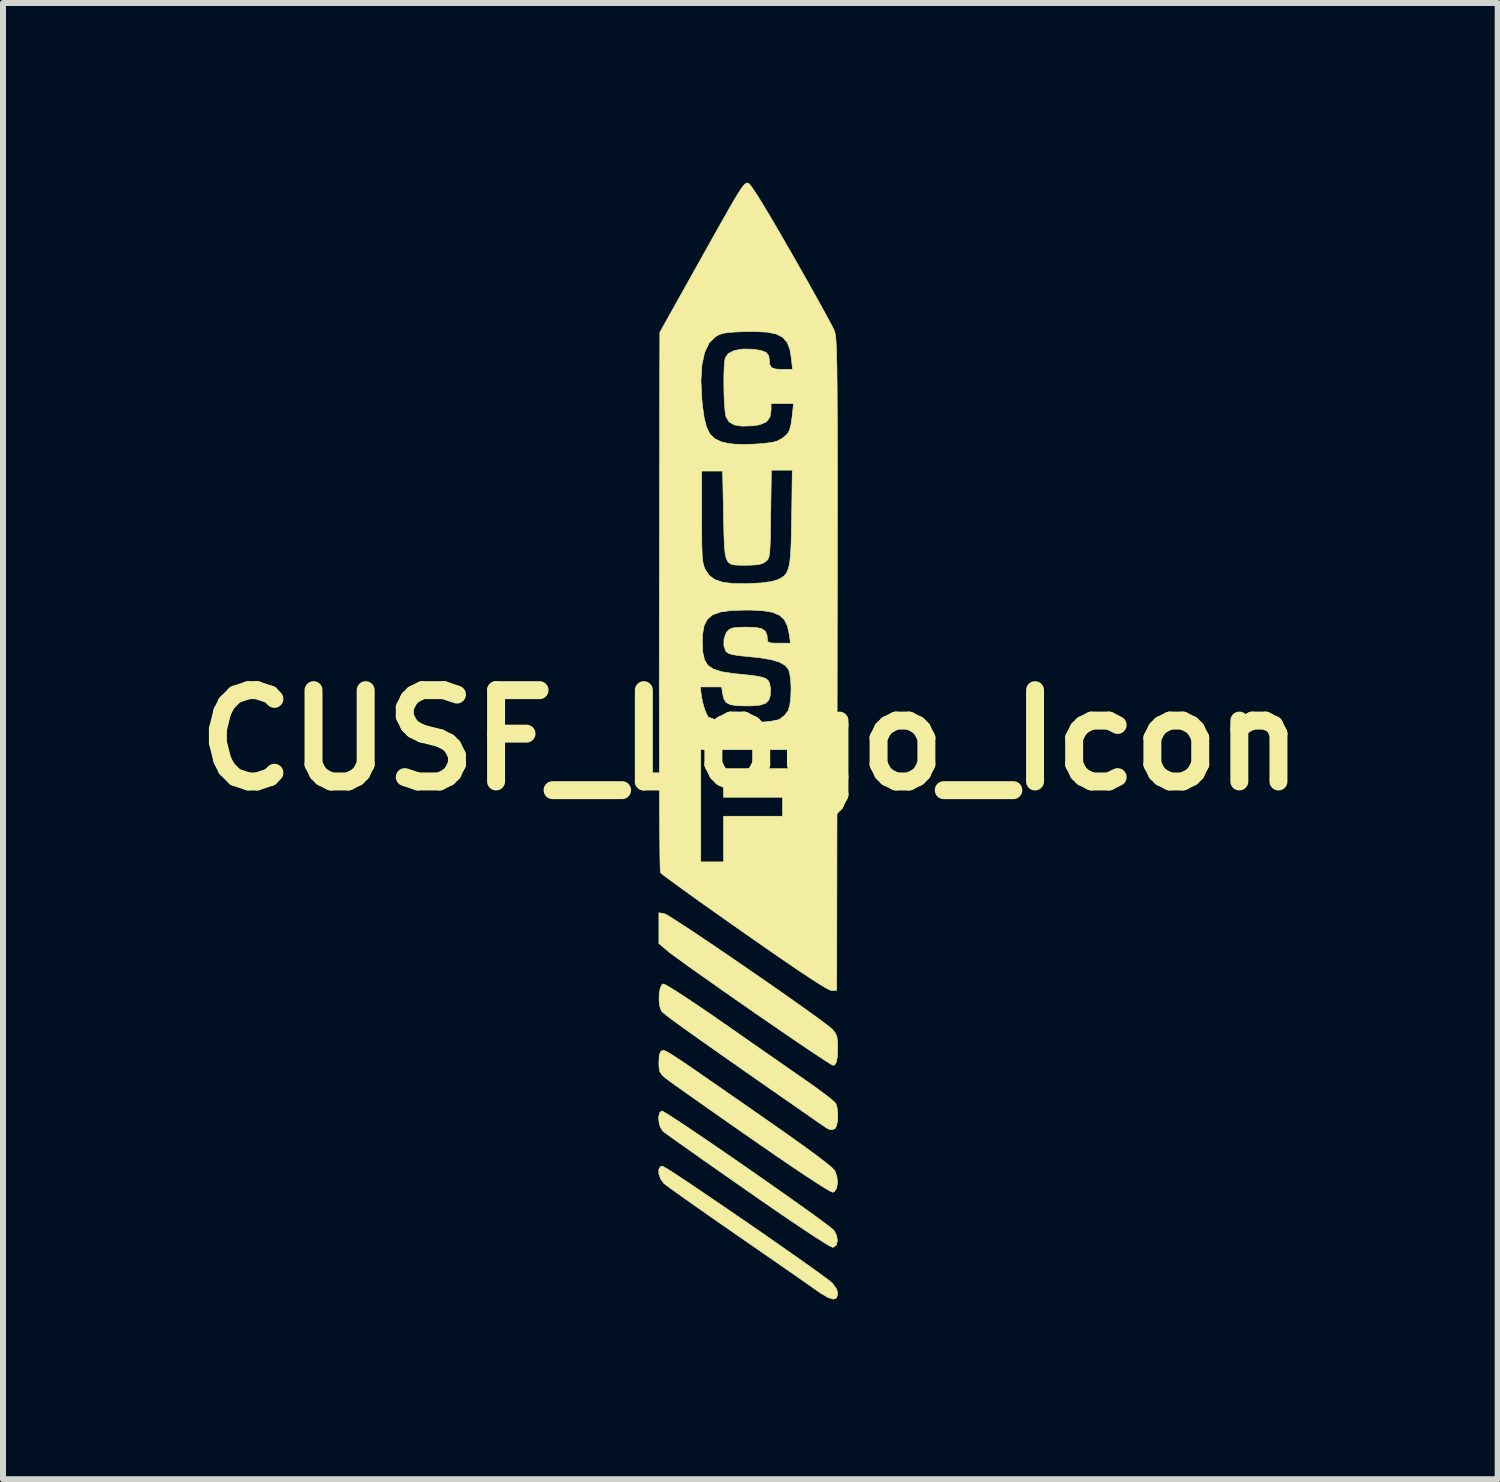
<source format=kicad_pcb>
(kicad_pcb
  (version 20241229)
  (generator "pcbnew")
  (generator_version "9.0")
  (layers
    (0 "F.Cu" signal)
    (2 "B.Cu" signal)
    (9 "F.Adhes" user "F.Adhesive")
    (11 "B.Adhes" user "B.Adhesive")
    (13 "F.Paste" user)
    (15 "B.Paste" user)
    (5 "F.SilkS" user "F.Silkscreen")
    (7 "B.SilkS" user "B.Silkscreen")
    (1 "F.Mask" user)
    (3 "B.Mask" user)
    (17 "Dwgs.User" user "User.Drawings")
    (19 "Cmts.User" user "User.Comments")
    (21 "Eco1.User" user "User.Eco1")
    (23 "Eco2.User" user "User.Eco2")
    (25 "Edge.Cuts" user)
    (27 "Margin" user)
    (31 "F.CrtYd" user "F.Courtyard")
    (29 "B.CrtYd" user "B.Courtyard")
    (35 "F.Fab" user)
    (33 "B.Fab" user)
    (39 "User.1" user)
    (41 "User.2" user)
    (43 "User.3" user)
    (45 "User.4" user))
  (footprint "CUSF_Logo_Icon"
    (layer "F.Cu")
    (at 9.478 9.308)
    (property "Reference" "CUSF_Logo_Icon" (at 0 0 0) (layer "F.SilkS") (effects (font (size 1.524 1.524) (thickness 0.3))))
    (attr through_hole)
    (fp_poly (pts (xy -1.44 6.209) (xy -1.358 6.259) (xy -1.235 6.339) (xy -1.079 6.442) (xy -0.894 6.567) (xy -0.687 6.707) (xy -0.464 6.86) (xy -0.23 7.021) (xy 0.009 7.187) (xy 0.246 7.352) (xy 0.476 7.514) (xy 0.694 7.667) (xy 0.892 7.808) (xy 1.066 7.933) (xy 1.209 8.038) (xy 1.316 8.118) (xy 1.38 8.17) (xy 1.396 8.185) (xy 1.441 8.271) (xy 1.453 8.36) (xy 1.434 8.431) (xy 1.384 8.467) (xy 1.378 8.468) (xy 1.338 8.452) (xy 1.249 8.4) (xy 1.114 8.315) (xy 0.937 8.199) (xy 0.72 8.054) (xy 0.467 7.882) (xy 0.18 7.684) (xy -0.04 7.531) (xy -0.303 7.347) (xy -0.552 7.173) (xy -0.781 7.013) (xy -0.985 6.868) (xy -1.16 6.745) (xy -1.3 6.645) (xy -1.399 6.573) (xy -1.454 6.533) (xy -1.461 6.527) (xy -1.502 6.464) (xy -1.525 6.38) (xy -1.531 6.292) (xy -1.516 6.223) (xy -1.481 6.192) (xy -1.477 6.191) (xy -1.44 6.209)) (stroke (width 0.01) (type solid)) (fill yes) (layer "F.SilkS"))
    (fp_poly (pts (xy -1.44 2.896) (xy -1.398 2.916) (xy -1.31 2.969) (xy -1.182 3.051) (xy -1.021 3.156) (xy -0.832 3.282) (xy -0.622 3.423) (xy -0.397 3.576) (xy -0.162 3.737) (xy 0.076 3.901) (xy 0.312 4.064) (xy 0.538 4.222) (xy 0.75 4.371) (xy 0.94 4.506) (xy 1.104 4.624) (xy 1.234 4.72) (xy 1.326 4.791) (xy 1.37 4.83) (xy 1.419 4.89) (xy 1.446 4.953) (xy 1.456 5.042) (xy 1.458 5.126) (xy 1.453 5.276) (xy 1.438 5.371) (xy 1.411 5.419) (xy 1.38 5.429) (xy 1.347 5.412) (xy 1.267 5.361) (xy 1.145 5.281) (xy 0.987 5.176) (xy 0.797 5.048) (xy 0.581 4.901) (xy 0.344 4.738) (xy 0.091 4.564) (xy 0.058 4.541) (xy -0.202 4.36) (xy -0.45 4.187) (xy -0.681 4.024) (xy -0.89 3.877) (xy -1.069 3.75) (xy -1.213 3.645) (xy -1.317 3.569) (xy -1.375 3.524) (xy -1.376 3.523) (xy -1.527 3.394) (xy -1.527 2.882) (xy -1.44 2.896)) (stroke (width 0.01) (type solid)) (fill yes) (layer "F.SilkS"))
    (fp_poly (pts (xy -1.434 7.13) (xy -1.352 7.18) (xy -1.231 7.258) (xy -1.075 7.361) (xy -0.892 7.484) (xy -0.686 7.624) (xy -0.463 7.775) (xy -0.23 7.935) (xy 0.008 8.098) (xy 0.244 8.261) (xy 0.473 8.421) (xy 0.689 8.572) (xy 0.885 8.71) (xy 1.057 8.832) (xy 1.198 8.934) (xy 1.302 9.011) (xy 1.363 9.06) (xy 1.369 9.066) (xy 1.442 9.167) (xy 1.458 9.242) (xy 1.44 9.312) (xy 1.387 9.334) (xy 1.297 9.306) (xy 1.168 9.23) (xy 1.123 9.198) (xy 1.056 9.15) (xy 0.944 9.072) (xy 0.793 8.966) (xy 0.608 8.838) (xy 0.398 8.692) (xy 0.168 8.533) (xy -0.075 8.365) (xy -0.209 8.272) (xy -0.452 8.104) (xy -0.682 7.944) (xy -0.891 7.797) (xy -1.076 7.667) (xy -1.229 7.558) (xy -1.345 7.475) (xy -1.418 7.42) (xy -1.44 7.403) (xy -1.496 7.329) (xy -1.527 7.245) (xy -1.529 7.17) (xy -1.501 7.121) (xy -1.469 7.112) (xy -1.434 7.13)) (stroke (width 0.01) (type solid)) (fill yes) (layer "F.SilkS"))
    (fp_poly (pts (xy -1.433 5.184) (xy -1.405 5.196) (xy -1.363 5.219) (xy -1.304 5.255) (xy -1.223 5.308) (xy -1.116 5.379) (xy -0.979 5.472) (xy -0.809 5.59) (xy -0.6 5.734) (xy -0.35 5.908) (xy -0.053 6.114) (xy 0.099 6.22) (xy 0.432 6.452) (xy 0.714 6.651) (xy 0.945 6.817) (xy 1.129 6.952) (xy 1.265 7.057) (xy 1.357 7.133) (xy 1.405 7.182) (xy 1.412 7.191) (xy 1.446 7.29) (xy 1.455 7.393) (xy 1.44 7.482) (xy 1.404 7.538) (xy 1.378 7.548) (xy 1.337 7.532) (xy 1.247 7.48) (xy 1.111 7.394) (xy 0.931 7.277) (xy 0.71 7.129) (xy 0.451 6.953) (xy 0.157 6.75) (xy 0.013 6.65) (xy -0.247 6.469) (xy -0.495 6.296) (xy -0.724 6.135) (xy -0.93 5.99) (xy -1.106 5.866) (xy -1.248 5.765) (xy -1.349 5.692) (xy -1.405 5.651) (xy -1.408 5.649) (xy -1.477 5.588) (xy -1.513 5.533) (xy -1.525 5.459) (xy -1.527 5.379) (xy -1.521 5.266) (xy -1.501 5.205) (xy -1.479 5.186) (xy -1.466 5.182) (xy -1.452 5.18) (xy -1.433 5.184)) (stroke (width 0.01) (type solid)) (fill yes) (layer "F.SilkS"))
    (fp_poly (pts (xy -1.417 4.085) (xy -1.332 4.134) (xy -1.207 4.212) (xy -1.048 4.316) (xy -0.86 4.442) (xy -0.648 4.586) (xy -0.52 4.675) (xy -0.28 4.842) (xy -0.031 5.016) (xy 0.217 5.189) (xy 0.452 5.352) (xy 0.661 5.498) (xy 0.834 5.618) (xy 0.878 5.648) (xy 1.039 5.761) (xy 1.183 5.866) (xy 1.301 5.955) (xy 1.384 6.023) (xy 1.424 6.062) (xy 1.426 6.064) (xy 1.449 6.141) (xy 1.459 6.243) (xy 1.456 6.348) (xy 1.44 6.436) (xy 1.413 6.486) (xy 1.407 6.489) (xy 1.363 6.503) (xy 1.325 6.501) (xy 1.273 6.475) (xy 1.191 6.42) (xy 1.172 6.407) (xy 0.73 6.099) (xy 0.337 5.826) (xy -0.009 5.585) (xy -0.31 5.374) (xy -0.57 5.192) (xy -0.791 5.036) (xy -0.976 4.905) (xy -1.128 4.797) (xy -1.249 4.709) (xy -1.342 4.64) (xy -1.409 4.588) (xy -1.454 4.552) (xy -1.479 4.528) (xy -1.484 4.521) (xy -1.512 4.446) (xy -1.524 4.346) (xy -1.522 4.238) (xy -1.505 4.144) (xy -1.477 4.083) (xy -1.456 4.07) (xy -1.417 4.085)) (stroke (width 0.01) (type solid)) (fill yes) (layer "F.SilkS"))
    (fp_poly (pts (xy -0.013 -9.282) (xy 0.036 -9.217) (xy 0.109 -9.107) (xy 0.207 -8.95) (xy 0.331 -8.743) (xy 0.482 -8.485) (xy 0.662 -8.172) (xy 0.681 -8.14) (xy 0.825 -7.887) (xy 0.962 -7.646) (xy 1.086 -7.424) (xy 1.195 -7.227) (xy 1.285 -7.062) (xy 1.353 -6.937) (xy 1.393 -6.856) (xy 1.402 -6.837) (xy 1.409 -6.816) (xy 1.416 -6.79) (xy 1.421 -6.756) (xy 1.427 -6.711) (xy 1.431 -6.651) (xy 1.435 -6.575) (xy 1.439 -6.479) (xy 1.442 -6.36) (xy 1.445 -6.216) (xy 1.447 -6.043) (xy 1.449 -5.839) (xy 1.45 -5.601) (xy 1.452 -5.327) (xy 1.452 -5.012) (xy 1.453 -4.655) (xy 1.453 -4.252) (xy 1.453 -3.8) (xy 1.452 -3.298) (xy 1.452 -2.741) (xy 1.451 -2.127) (xy 1.45 -1.454) (xy 1.45 -1.26) (xy 1.442 4.175) (xy 1.362 4.181) (xy 1.327 4.171) (xy 1.259 4.136) (xy 1.158 4.075) (xy 1.019 3.986) (xy 0.84 3.868) (xy 0.619 3.718) (xy 0.353 3.535) (xy 0.04 3.317) (xy -0.096 3.222) (xy -0.359 3.038) (xy -0.608 2.862) (xy -0.835 2.701) (xy -1.038 2.556) (xy -1.209 2.432) (xy -1.346 2.332) (xy -1.443 2.26) (xy -1.494 2.218) (xy -1.501 2.211) (xy -1.504 2.174) (xy -1.507 2.077) (xy -1.51 1.925) (xy -1.512 1.719) (xy -1.514 1.464) (xy -1.516 1.164) (xy -1.518 0.823) (xy -1.519 0.443) (xy -1.519 0.159) (xy -0.828 0.159) (xy -0.828 2.032) (xy -0.447 2.032) (xy -0.447 1.27) (xy 0.537 1.27) (xy 0.537 0.953) (xy -0.447 0.953) (xy -0.447 0.476) (xy 0.696 0.476) (xy 0.696 0.159) (xy -0.828 0.159) (xy -1.519 0.159) (xy -1.52 0.029) (xy -1.52 -0.416) (xy -1.521 -0.889) (xy -1.521 -0.889) (xy -0.837 -0.889) (xy -0.815 -0.725) (xy -0.796 -0.628) (xy -0.766 -0.526) (xy -0.733 -0.44) (xy -0.704 -0.388) (xy -0.693 -0.381) (xy -0.662 -0.37) (xy -0.592 -0.345) (xy -0.559 -0.333) (xy -0.463 -0.311) (xy -0.324 -0.298) (xy -0.158 -0.291) (xy 0.018 -0.292) (xy 0.19 -0.3) (xy 0.339 -0.315) (xy 0.45 -0.336) (xy 0.489 -0.35) (xy 0.572 -0.414) (xy 0.632 -0.492) (xy 0.659 -0.585) (xy 0.675 -0.716) (xy 0.68 -0.865) (xy 0.673 -1.01) (xy 0.655 -1.129) (xy 0.635 -1.185) (xy 0.578 -1.251) (xy 0.483 -1.304) (xy 0.343 -1.345) (xy 0.151 -1.377) (xy -0.018 -1.394) (xy -0.182 -1.411) (xy -0.294 -1.428) (xy -0.364 -1.449) (xy -0.402 -1.475) (xy -0.407 -1.48) (xy -0.442 -1.576) (xy -0.44 -1.69) (xy -0.402 -1.794) (xy -0.389 -1.812) (xy -0.352 -1.848) (xy -0.306 -1.87) (xy -0.232 -1.882) (xy -0.117 -1.886) (xy -0.068 -1.887) (xy 0.089 -1.882) (xy 0.193 -1.86) (xy 0.253 -1.816) (xy 0.279 -1.746) (xy 0.283 -1.693) (xy 0.288 -1.652) (xy 0.312 -1.63) (xy 0.37 -1.621) (xy 0.477 -1.619) (xy 0.671 -1.619) (xy 0.649 -1.77) (xy 0.619 -1.908) (xy 0.568 -2.011) (xy 0.488 -2.085) (xy 0.373 -2.134) (xy 0.213 -2.161) (xy 0.001 -2.172) (xy -0.082 -2.172) (xy -0.318 -2.165) (xy -0.498 -2.14) (xy -0.629 -2.093) (xy -0.719 -2.018) (xy -0.773 -1.91) (xy -0.798 -1.765) (xy -0.802 -1.645) (xy -0.795 -1.472) (xy -0.766 -1.343) (xy -0.71 -1.25) (xy -0.616 -1.186) (xy -0.478 -1.142) (xy -0.287 -1.113) (xy -0.212 -1.105) (xy -0.023 -1.086) (xy 0.113 -1.068) (xy 0.205 -1.049) (xy 0.264 -1.025) (xy 0.299 -0.993) (xy 0.32 -0.951) (xy 0.323 -0.942) (xy 0.338 -0.848) (xy 0.332 -0.744) (xy 0.332 -0.743) (xy 0.306 -0.666) (xy 0.254 -0.616) (xy 0.167 -0.586) (xy 0.034 -0.573) (xy -0.066 -0.572) (xy -0.227 -0.576) (xy -0.336 -0.594) (xy -0.404 -0.63) (xy -0.442 -0.689) (xy -0.459 -0.76) (xy -0.48 -0.889) (xy -0.837 -0.889) (xy -1.521 -0.889) (xy -1.52 -1.385) (xy -1.52 -1.901) (xy -1.519 -2.323) (xy -1.515 -4.493) (xy -0.813 -4.493) (xy -0.813 -3.731) (xy -0.812 -3.488) (xy -0.811 -3.3) (xy -0.807 -3.158) (xy -0.802 -3.053) (xy -0.793 -2.976) (xy -0.78 -2.919) (xy -0.763 -2.872) (xy -0.749 -2.842) (xy -0.685 -2.748) (xy -0.593 -2.681) (xy -0.467 -2.638) (xy -0.297 -2.616) (xy -0.076 -2.612) (xy -0.019 -2.614) (xy 0.189 -2.626) (xy 0.349 -2.648) (xy 0.447 -2.675) (xy 0.513 -2.707) (xy 0.565 -2.744) (xy 0.606 -2.794) (xy 0.635 -2.863) (xy 0.657 -2.961) (xy 0.671 -3.093) (xy 0.68 -3.268) (xy 0.686 -3.493) (xy 0.69 -3.723) (xy 0.7 -4.508) (xy 0.351 -4.508) (xy 0.34 -3.775) (xy 0.337 -3.541) (xy 0.334 -3.363) (xy 0.329 -3.231) (xy 0.323 -3.138) (xy 0.314 -3.075) (xy 0.301 -3.035) (xy 0.284 -3.008) (xy 0.262 -2.987) (xy 0.255 -2.982) (xy 0.199 -2.948) (xy 0.122 -2.93) (xy 0.007 -2.922) (xy -0.064 -2.921) (xy -0.174 -2.921) (xy -0.26 -2.925) (xy -0.325 -2.94) (xy -0.371 -2.973) (xy -0.402 -3.032) (xy -0.422 -3.124) (xy -0.434 -3.256) (xy -0.441 -3.435) (xy -0.446 -3.667) (xy -0.447 -3.752) (xy -0.463 -4.493) (xy -0.813 -4.493) (xy -1.515 -4.493) (xy -1.513 -5.999) (xy -0.825 -5.999) (xy -0.809 -5.683) (xy -0.801 -5.594) (xy -0.771 -5.382) (xy -0.731 -5.224) (xy -0.674 -5.11) (xy -0.595 -5.033) (xy -0.486 -4.982) (xy -0.362 -4.953) (xy -0.25 -4.941) (xy -0.104 -4.938) (xy 0.058 -4.942) (xy 0.214 -4.953) (xy 0.348 -4.969) (xy 0.437 -4.989) (xy 0.439 -4.99) (xy 0.525 -5.036) (xy 0.592 -5.087) (xy 0.63 -5.131) (xy 0.657 -5.185) (xy 0.678 -5.266) (xy 0.696 -5.388) (xy 0.707 -5.485) (xy 0.721 -5.62) (xy 0.346 -5.62) (xy 0.346 -5.512) (xy 0.328 -5.395) (xy 0.268 -5.315) (xy 0.159 -5.267) (xy 0.044 -5.249) (xy -0.138 -5.243) (xy -0.268 -5.264) (xy -0.355 -5.315) (xy -0.406 -5.399) (xy -0.406 -5.399) (xy -0.42 -5.474) (xy -0.431 -5.597) (xy -0.439 -5.749) (xy -0.442 -5.916) (xy -0.442 -6.081) (xy -0.437 -6.227) (xy -0.427 -6.338) (xy -0.419 -6.382) (xy -0.367 -6.456) (xy -0.265 -6.506) (xy -0.122 -6.531) (xy 0.041 -6.527) (xy 0.18 -6.506) (xy 0.264 -6.473) (xy 0.306 -6.421) (xy 0.315 -6.365) (xy 0.322 -6.272) (xy 0.355 -6.219) (xy 0.426 -6.196) (xy 0.529 -6.191) (xy 0.704 -6.191) (xy 0.686 -6.367) (xy 0.661 -6.523) (xy 0.615 -6.641) (xy 0.542 -6.725) (xy 0.434 -6.781) (xy 0.284 -6.812) (xy 0.084 -6.823) (xy -0.082 -6.821) (xy -0.251 -6.815) (xy -0.371 -6.806) (xy -0.456 -6.792) (xy -0.521 -6.77) (xy -0.579 -6.738) (xy -0.686 -6.635) (xy -0.763 -6.476) (xy -0.809 -6.264) (xy -0.825 -5.999) (xy -1.513 -5.999) (xy -1.511 -6.81) (xy -0.863 -7.969) (xy -0.692 -8.275) (xy -0.548 -8.531) (xy -0.43 -8.74) (xy -0.335 -8.907) (xy -0.259 -9.038) (xy -0.199 -9.136) (xy -0.154 -9.206) (xy -0.119 -9.254) (xy -0.093 -9.282) (xy -0.072 -9.297) (xy -0.053 -9.302) (xy -0.04 -9.303) (xy -0.013 -9.282)) (stroke (width 0.01) (type solid)) (fill yes) (layer "F.SilkS")))
  (gr_rect
    (start -3 -3)
    (end 21.956 21.647)
    (stroke (width 0.1) (type default))
    (fill no)
    (layer "Edge.Cuts")))
</source>
